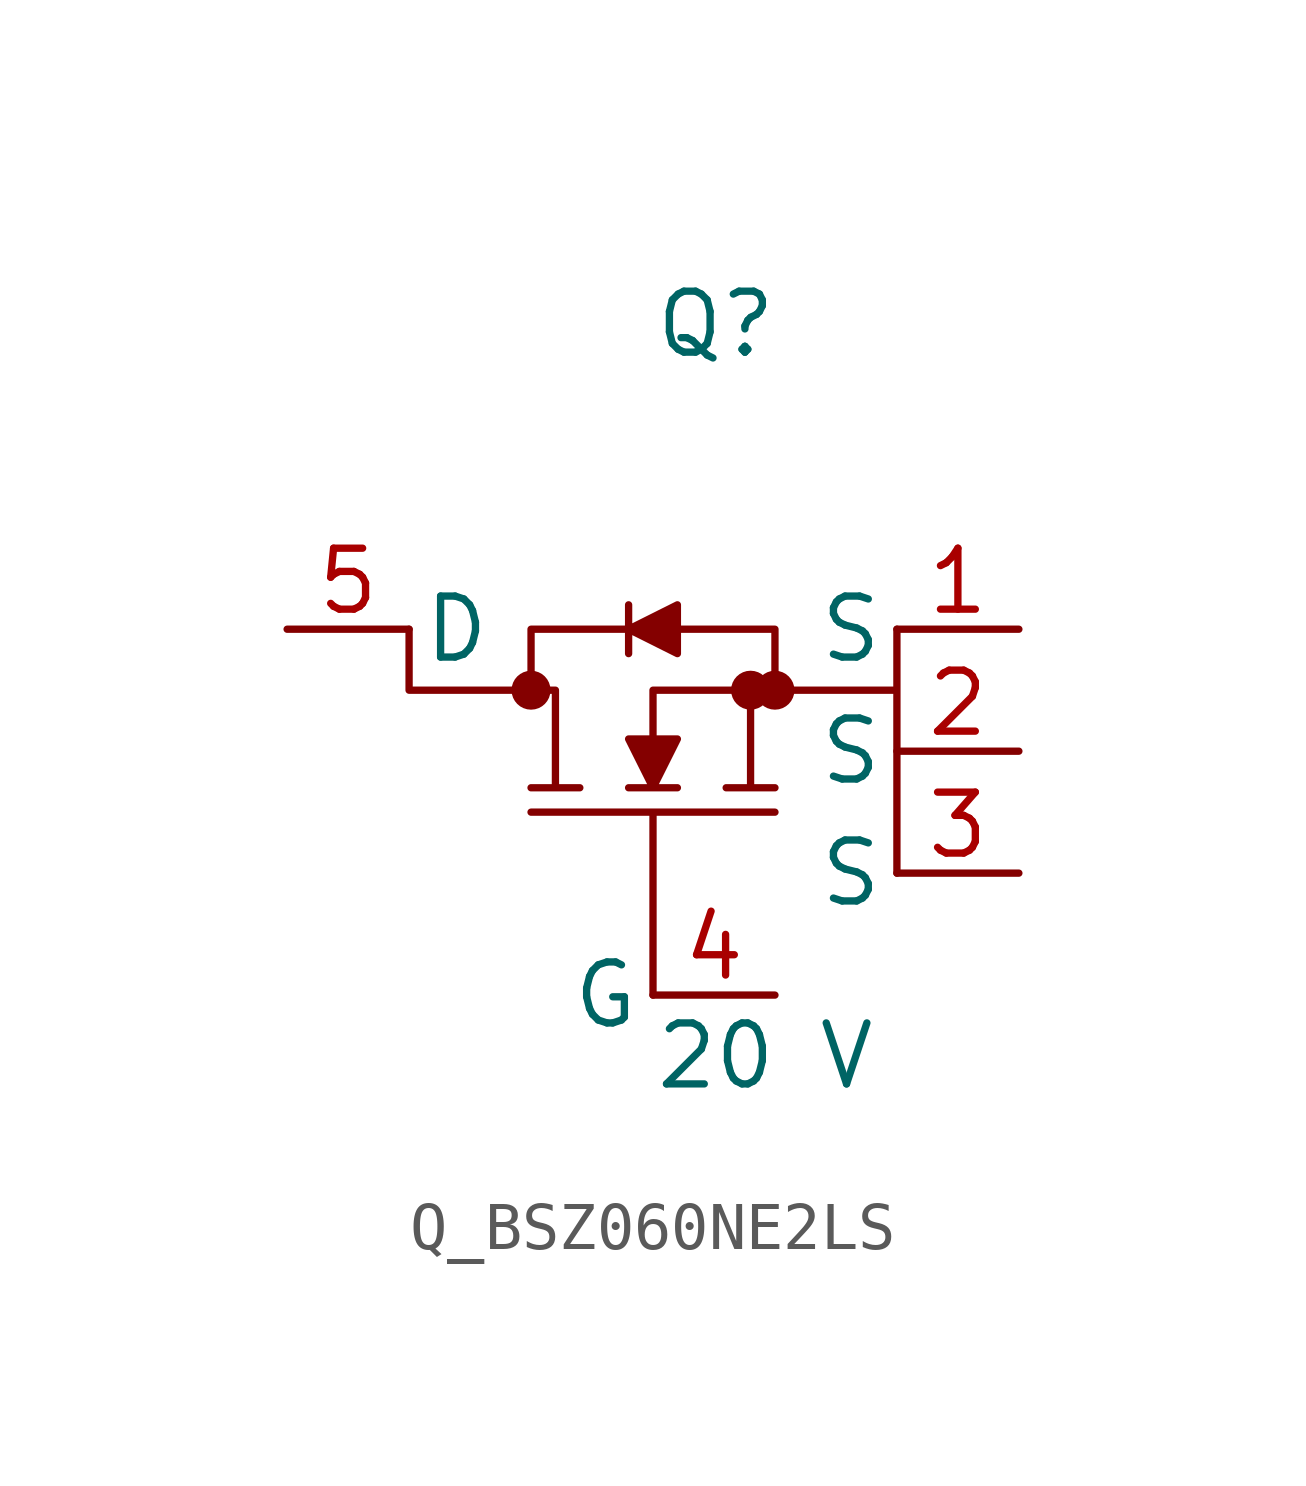
<source format=kicad_sym>
(kicad_symbol_lib
  (version 20231120)
  (generator kicad_symbol_editor)
  (generator_version 8.0)
  (symbol "Q_BSZ060NE2LS"
    (pin_names
      (offset 0.254))
    (property "Reference" "Q"
      (at 0 7.62 0)
      (effects (font (size 1.27 1.27)) (justify left)))
    (property "Value" "20 V"
      (at 0 -7.62 0)
      (effects (font (size 1.27 1.27)) (justify left)))
    (symbol "Q_BSZ060NE2LS_1_0"
      (polyline (pts (xy 0 -6.35) (xy 0 -2.54) (xy -2.54 -2.54) (xy 2.54 -2.54) (xy 0 -2.54) (xy 0 -6.35)) (stroke (width 0) (type default)) (fill (type none)))
      (polyline (pts (xy 5.08 1.27) (xy 5.08 0.0) (xy 2.54 0.0) (xy 2.54 1.27) (xy 0.508 1.27) (xy 0.508 1.778) (xy -0.508 1.27) (xy -0.508 1.778) (xy -0.508 1.27) (xy -2.54 1.27) (xy -2.54 0.0) (xy -5.08 0.0) (xy -5.08 1.27) (xy -5.08 0.0) (xy -2.032 0.0) (xy -2.032 -2.032) (xy -2.54 -2.032) (xy -1.524 -2.032) (xy -2.032 -2.032) (xy -2.032 0.0) (xy -2.54 0.0) (xy -2.54 1.27) (xy -0.508 1.27) (xy -0.508 0.762) (xy -0.508 1.27) (xy 0.508 0.762) (xy 0.508 1.27) (xy 2.54 1.27) (xy 2.54 0.0) (xy 0 0.0) (xy 0 -1.016) (xy -0.508 -1.016) (xy 0 -2.032) (xy -0.508 -2.032) (xy 0.508 -2.032) (xy 0 -2.032) (xy 0.508 -1.016) (xy 0 -1.016) (xy 0 0.0) (xy 2.032 0.0) (xy 2.032 -2.032) (xy 1.524 -2.032) (xy 2.54 -2.032) (xy 2.032 -2.032) (xy 2.032 0.0) (xy 5.08 0.0) (xy 5.08 -3.81)) (stroke (width 0) (type default)) (fill (type outline)))
      (circle (center -2.54 0.0) (radius 0.025) (stroke (width 0.381) (type default)) (fill (type none)))
      (circle (center 2.032 0.0) (radius 0.025) (stroke (width 0.381) (type default)) (fill (type none)))
      (circle (center 2.54 0.0) (radius 0.025) (stroke (width 0.381) (type default)) (fill (type none)))
      (pin passive line (at -7.62 1.27 0) (length 2.54) (name "D" (effects (font (size 1.27 1.27)))) (number "5" (effects (font (size 1.27 1.27)))))
      (pin passive line (at 7.62 1.27 180) (length 2.54) (name "S" (effects (font (size 1.27 1.27)))) (number "1" (effects (font (size 1.27 1.27)))))
      (pin passive line (at 7.62 -1.27 180) (length 2.54) (name "S" (effects (font (size 1.27 1.27)))) (number "2" (effects (font (size 1.27 1.27)))))
      (pin passive line (at 7.62 -3.81 180) (length 2.54) (name "S" (effects (font (size 1.27 1.27)))) (number "3" (effects (font (size 1.27 1.27)))))
      (pin passive line (at 2.54 -6.35 180) (length 2.54) (name "G" (effects (font (size 1.27 1.27)))) (number "4" (effects (font (size 1.27 1.27))))))))
</source>
